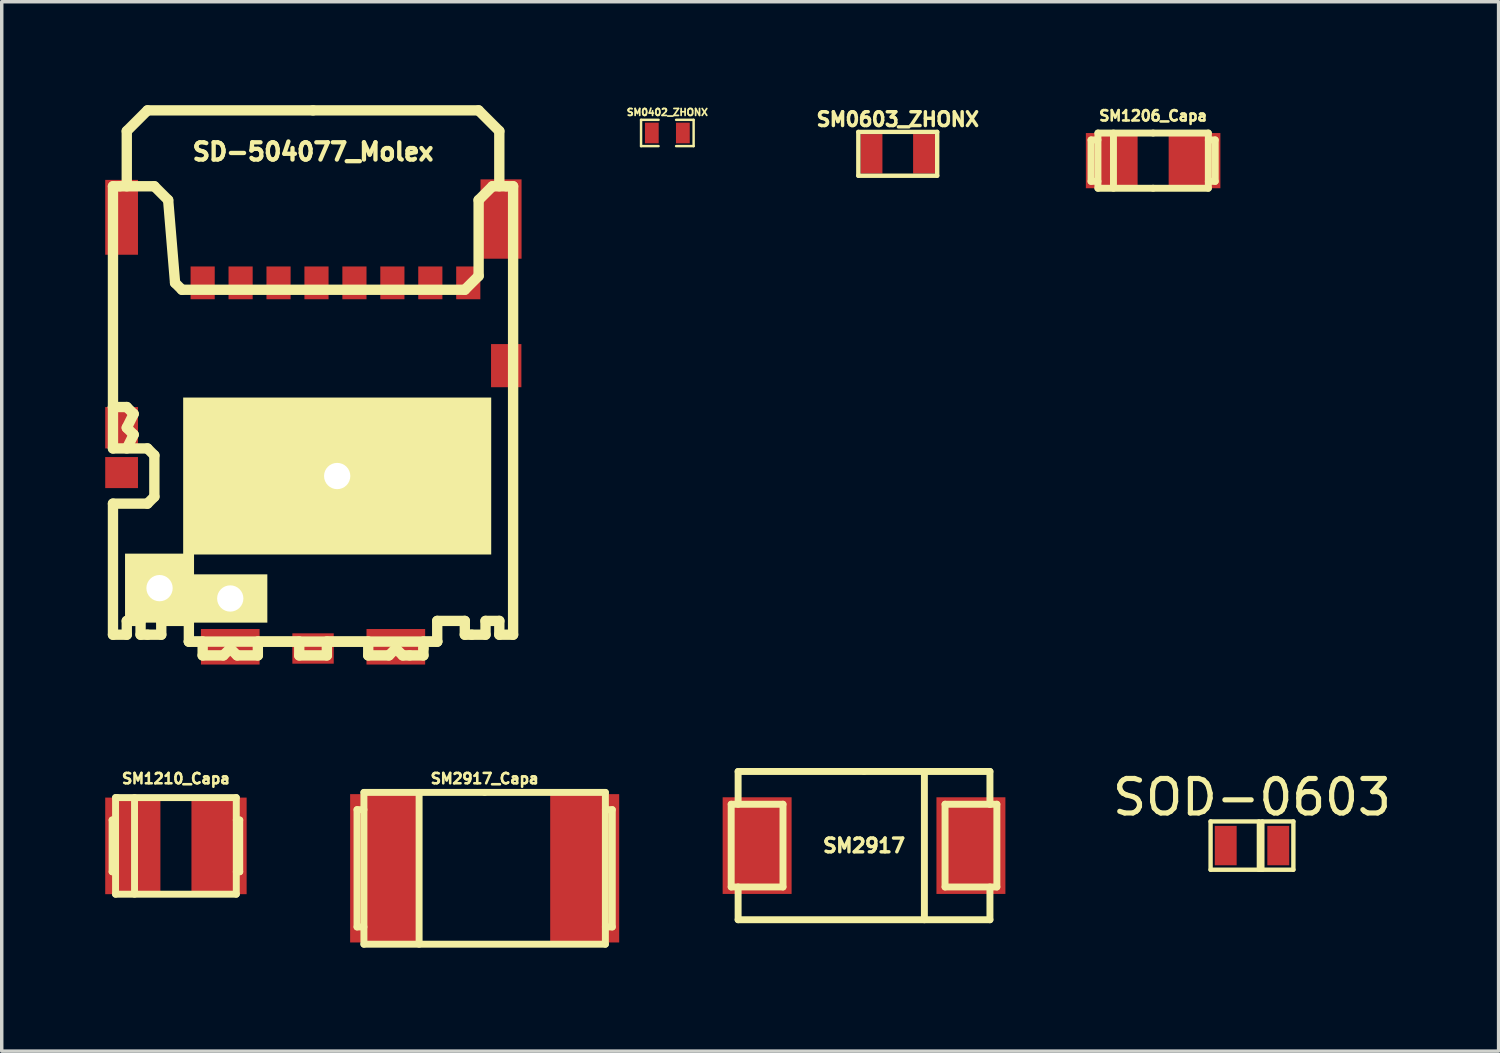
<source format=kicad_pcb>
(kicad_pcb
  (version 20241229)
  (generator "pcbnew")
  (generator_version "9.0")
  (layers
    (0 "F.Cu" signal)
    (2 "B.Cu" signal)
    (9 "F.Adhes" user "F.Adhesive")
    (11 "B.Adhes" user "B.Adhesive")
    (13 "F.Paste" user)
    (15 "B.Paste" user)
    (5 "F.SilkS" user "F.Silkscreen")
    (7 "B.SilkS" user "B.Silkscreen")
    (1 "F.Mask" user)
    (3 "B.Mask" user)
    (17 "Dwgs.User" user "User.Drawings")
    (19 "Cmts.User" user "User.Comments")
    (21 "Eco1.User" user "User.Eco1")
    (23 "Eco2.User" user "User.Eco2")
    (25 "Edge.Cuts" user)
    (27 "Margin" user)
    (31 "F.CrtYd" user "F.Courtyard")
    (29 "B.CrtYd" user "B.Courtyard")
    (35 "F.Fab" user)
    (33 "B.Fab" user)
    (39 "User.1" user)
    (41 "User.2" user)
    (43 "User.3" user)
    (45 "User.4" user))
  (footprint "SD-504077_Molex"
    (layer "F.Cu")
    (at 6.025 2.15)
    (property "Reference" "SD-504077_Molex" (at 0 -0.8 0) (layer "F.SilkS") (effects (font (size 0.5 0.5) (thickness 0.125))))
    (attr through_hole)
    (fp_line (start -5.8 0.2) (end -5.6 0.2) (stroke (width 0.3) (type solid)) (layer "F.SilkS"))
    (fp_line (start -5.8 6.6) (end -5.8 0.2) (stroke (width 0.3) (type solid)) (layer "F.SilkS"))
    (fp_line (start -5.8 6.6) (end -5.4 6.6) (stroke (width 0.3) (type solid)) (layer "F.SilkS"))
    (fp_line (start -5.8 7.8) (end -5.8 6.6) (stroke (width 0.3) (type solid)) (layer "F.SilkS"))
    (fp_line (start -5.8 9.4) (end -4.8 9.4) (stroke (width 0.3) (type solid)) (layer "F.SilkS"))
    (fp_line (start -5.8 13.2) (end -5.8 9.4) (stroke (width 0.3) (type solid)) (layer "F.SilkS"))
    (fp_line (start -5.6 0.2) (end -4.6 0.2) (stroke (width 0.3) (type solid)) (layer "F.SilkS"))
    (fp_line (start -5.4 -1.4) (end -4.8 -2) (stroke (width 0.3) (type solid)) (layer "F.SilkS"))
    (fp_line (start -5.4 0.2) (end -5.4 -1.4) (stroke (width 0.3) (type solid)) (layer "F.SilkS"))
    (fp_line (start -5.4 6.6) (end -5.2 6.8) (stroke (width 0.3) (type solid)) (layer "F.SilkS"))
    (fp_line (start -5.4 7.2) (end -5.2 7.4) (stroke (width 0.3) (type solid)) (layer "F.SilkS"))
    (fp_line (start -5.4 12.8) (end -5.4 13.2) (stroke (width 0.3) (type solid)) (layer "F.SilkS"))
    (fp_line (start -5.4 13.2) (end -5.8 13.2) (stroke (width 0.3) (type solid)) (layer "F.SilkS"))
    (fp_line (start -5.2 6.8) (end -5.4 7.2) (stroke (width 0.3) (type solid)) (layer "F.SilkS"))
    (fp_line (start -5.2 7.4) (end -5.4 7.8) (stroke (width 0.3) (type solid)) (layer "F.SilkS"))
    (fp_line (start -5 12.8) (end -5.4 12.8) (stroke (width 0.3) (type solid)) (layer "F.SilkS"))
    (fp_line (start -5 13.2) (end -5 12.8) (stroke (width 0.3) (type solid)) (layer "F.SilkS"))
    (fp_line (start -4.8 -2) (end 0 -2) (stroke (width 0.3) (type solid)) (layer "F.SilkS"))
    (fp_line (start -4.8 7.8) (end -5.8 7.8) (stroke (width 0.3) (type solid)) (layer "F.SilkS"))
    (fp_line (start -4.8 9.4) (end -4.6 9.2) (stroke (width 0.3) (type solid)) (layer "F.SilkS"))
    (fp_line (start -4.8 13.2) (end -5 13.2) (stroke (width 0.3) (type solid)) (layer "F.SilkS"))
    (fp_line (start -4.6 0.2) (end -4.2 0.6) (stroke (width 0.3) (type solid)) (layer "F.SilkS"))
    (fp_line (start -4.6 8) (end -4.8 7.8) (stroke (width 0.3) (type solid)) (layer "F.SilkS"))
    (fp_line (start -4.6 9.2) (end -4.6 8) (stroke (width 0.3) (type solid)) (layer "F.SilkS"))
    (fp_line (start -4.4 12.8) (end -4.4 13.2) (stroke (width 0.3) (type solid)) (layer "F.SilkS"))
    (fp_line (start -4.4 13.2) (end -4.8 13.2) (stroke (width 0.3) (type solid)) (layer "F.SilkS"))
    (fp_line (start -4.2 0.6) (end -4 3) (stroke (width 0.3) (type solid)) (layer "F.SilkS"))
    (fp_line (start -4 3) (end -3.8 3.2) (stroke (width 0.3) (type solid)) (layer "F.SilkS"))
    (fp_line (start -3.8 3.2) (end 4.4 3.2) (stroke (width 0.3) (type solid)) (layer "F.SilkS"))
    (fp_line (start -3.6 12.8) (end -4.4 12.8) (stroke (width 0.3) (type solid)) (layer "F.SilkS"))
    (fp_line (start -3.6 13.4) (end -3.6 12.8) (stroke (width 0.3) (type solid)) (layer "F.SilkS"))
    (fp_line (start -3.6 13.4) (end 3.6 13.4) (stroke (width 0.3) (type solid)) (layer "F.SilkS"))
    (fp_line (start -3.2 13.4) (end -3.6 13.4) (stroke (width 0.3) (type solid)) (layer "F.SilkS"))
    (fp_line (start -3.2 13.8) (end -3.2 13.4) (stroke (width 0.3) (type solid)) (layer "F.SilkS"))
    (fp_line (start -2.6 13.8) (end -3.2 13.8) (stroke (width 0.3) (type solid)) (layer "F.SilkS"))
    (fp_line (start -2.4 13.6) (end -2.6 13.8) (stroke (width 0.3) (type solid)) (layer "F.SilkS"))
    (fp_line (start -2.2 13.8) (end -2.4 13.6) (stroke (width 0.3) (type solid)) (layer "F.SilkS"))
    (fp_line (start -1.6 13.4) (end -1.6 13.8) (stroke (width 0.3) (type solid)) (layer "F.SilkS"))
    (fp_line (start -1.6 13.8) (end -2.2 13.8) (stroke (width 0.3) (type solid)) (layer "F.SilkS"))
    (fp_line (start -0.4 13.4) (end -1.6 13.4) (stroke (width 0.3) (type solid)) (layer "F.SilkS"))
    (fp_line (start -0.4 13.8) (end -0.4 13.4) (stroke (width 0.3) (type solid)) (layer "F.SilkS"))
    (fp_line (start 0 -2) (end 4.8 -2) (stroke (width 0.3) (type solid)) (layer "F.SilkS"))
    (fp_line (start 0.4 13.4) (end 0.4 13.8) (stroke (width 0.3) (type solid)) (layer "F.SilkS"))
    (fp_line (start 0.4 13.8) (end -0.4 13.8) (stroke (width 0.3) (type solid)) (layer "F.SilkS"))
    (fp_line (start 1.6 13.4) (end 0.4 13.4) (stroke (width 0.3) (type solid)) (layer "F.SilkS"))
    (fp_line (start 1.6 13.8) (end 1.6 13.4) (stroke (width 0.3) (type solid)) (layer "F.SilkS"))
    (fp_line (start 2.2 13.8) (end 1.6 13.8) (stroke (width 0.3) (type solid)) (layer "F.SilkS"))
    (fp_line (start 2.4 13.6) (end 2.2 13.8) (stroke (width 0.3) (type solid)) (layer "F.SilkS"))
    (fp_line (start 2.6 13.8) (end 2.4 13.6) (stroke (width 0.3) (type solid)) (layer "F.SilkS"))
    (fp_line (start 2.8 13.8) (end 2.6 13.8) (stroke (width 0.3) (type solid)) (layer "F.SilkS"))
    (fp_line (start 3.2 13.4) (end 3.2 13.6) (stroke (width 0.3) (type solid)) (layer "F.SilkS"))
    (fp_line (start 3.2 13.6) (end 3.2 13.8) (stroke (width 0.3) (type solid)) (layer "F.SilkS"))
    (fp_line (start 3.2 13.8) (end 2.8 13.8) (stroke (width 0.3) (type solid)) (layer "F.SilkS"))
    (fp_line (start 3.6 12.8) (end 3.6 13.4) (stroke (width 0.3) (type solid)) (layer "F.SilkS"))
    (fp_line (start 3.6 13.4) (end 3.2 13.4) (stroke (width 0.3) (type solid)) (layer "F.SilkS"))
    (fp_line (start 4.4 3.2) (end 4.8 2.8) (stroke (width 0.3) (type solid)) (layer "F.SilkS"))
    (fp_line (start 4.4 12.8) (end 3.6 12.8) (stroke (width 0.3) (type solid)) (layer "F.SilkS"))
    (fp_line (start 4.4 13.2) (end 4.4 12.8) (stroke (width 0.3) (type solid)) (layer "F.SilkS"))
    (fp_line (start 4.6 13.2) (end 4.4 13.2) (stroke (width 0.3) (type solid)) (layer "F.SilkS"))
    (fp_line (start 4.8 -2) (end 5.4 -1.4) (stroke (width 0.3) (type solid)) (layer "F.SilkS"))
    (fp_line (start 4.8 0.6) (end 5.2 0.2) (stroke (width 0.3) (type solid)) (layer "F.SilkS"))
    (fp_line (start 4.8 2.8) (end 4.8 0.6) (stroke (width 0.3) (type solid)) (layer "F.SilkS"))
    (fp_line (start 5 12.8) (end 5 13.2) (stroke (width 0.3) (type solid)) (layer "F.SilkS"))
    (fp_line (start 5 13.2) (end 4.6 13.2) (stroke (width 0.3) (type solid)) (layer "F.SilkS"))
    (fp_line (start 5.2 0.2) (end 5.6 0.2) (stroke (width 0.3) (type solid)) (layer "F.SilkS"))
    (fp_line (start 5.4 -1.4) (end 5.4 0.2) (stroke (width 0.3) (type solid)) (layer "F.SilkS"))
    (fp_line (start 5.4 12.8) (end 5 12.8) (stroke (width 0.3) (type solid)) (layer "F.SilkS"))
    (fp_line (start 5.4 13.2) (end 5.4 12.8) (stroke (width 0.3) (type solid)) (layer "F.SilkS"))
    (fp_line (start 5.6 0.2) (end 5.8 0.2) (stroke (width 0.3) (type solid)) (layer "F.SilkS"))
    (fp_line (start 5.8 0.2) (end 5.8 13.2) (stroke (width 0.3) (type solid)) (layer "F.SilkS"))
    (fp_line (start 5.8 13.2) (end 5.4 13.2) (stroke (width 0.3) (type solid)) (layer "F.SilkS"))
    (pad "" np_thru_hole rect (at -4.45 11.85) (size 2 2) (drill 0.762) (layers "*.Mask" "F.SilkS"))
    (pad "" np_thru_hole rect (at -2.4 12.15) (size 2.15 1.4) (drill 0.762) (layers "*.Mask" "F.SilkS"))
    (pad "" np_thru_hole rect (at 0.7 8.6) (size 8.93 4.55) (drill 0.762) (layers "*.Mask" "F.SilkS"))
    (pad "1" smd rect (at -3.2 3) (size 0.7 0.95) (layers "F.Cu" "F.Mask" "F.Paste"))
    (pad "2" smd rect (at -2.1 3) (size 0.7 0.95) (layers "F.Cu" "F.Mask" "F.Paste"))
    (pad "3" smd rect (at -1 3) (size 0.7 0.95) (layers "F.Cu" "F.Mask" "F.Paste"))
    (pad "4" smd rect (at 0.1 3) (size 0.7 0.95) (layers "F.Cu" "F.Mask" "F.Paste"))
    (pad "5" smd rect (at 1.2 3) (size 0.7 0.95) (layers "F.Cu" "F.Mask" "F.Paste"))
    (pad "6" smd rect (at 2.3 3) (size 0.7 0.95) (layers "F.Cu" "F.Mask" "F.Paste"))
    (pad "7" smd rect (at 3.4 3) (size 0.7 0.95) (layers "F.Cu" "F.Mask" "F.Paste"))
    (pad "8" smd rect (at 4.5 3) (size 0.7 0.95) (layers "F.Cu" "F.Mask" "F.Paste"))
    (pad "9" smd rect (at -5.55 1.1) (size 0.95 2.17) (layers "F.Cu" "F.Mask" "F.Paste"))
    (pad "9" smd rect (at -5.55 7.2) (size 0.95 1.2) (layers "F.Cu" "F.Mask" "F.Paste"))
    (pad "9" smd rect (at -2.4 13.55) (size 1.7 1.03) (layers "F.Cu" "F.Mask" "F.Paste"))
    (pad "9" smd rect (at 0 13.6) (size 1.2 0.88) (layers "F.Cu" "F.Mask" "F.Paste"))
    (pad "9" smd rect (at 2.4 13.55) (size 1.7 1.03) (layers "F.Cu" "F.Mask" "F.Paste"))
    (pad "9" smd rect (at 5.45 1.15) (size 1.19 2.3) (layers "F.Cu" "F.Mask" "F.Paste"))
    (pad "9" smd rect (at 5.6 5.4) (size 0.88 1.25) (layers "F.Cu" "F.Mask" "F.Paste"))
    (pad "10" smd rect (at -5.55 8.5) (size 0.95 0.9) (layers "F.Cu" "F.Mask" "F.Paste")))
  (footprint "SM1210_Capa"
    (layer "F.Cu")
    (at 2.05 21.472)
    (property "Reference" "SM1210_Capa" (at 0 -1.95 0) (layer "F.SilkS") (effects (font (size 0.3 0.3) (thickness 0.075))))
    (attr through_hole)
    (fp_line (start -1.85 -0.75) (end -1.85 0.75) (stroke (width 0.201) (type solid)) (layer "F.SilkS"))
    (fp_line (start -1.85 0.75) (end -1.75 0.75) (stroke (width 0.201) (type solid)) (layer "F.SilkS"))
    (fp_line (start -1.75 -1.4) (end -1.75 1.4) (stroke (width 0.201) (type solid)) (layer "F.SilkS"))
    (fp_line (start -1.75 -0.75) (end -1.85 -0.75) (stroke (width 0.201) (type solid)) (layer "F.SilkS"))
    (fp_line (start -1.7 -1.4) (end -1.75 -1.4) (stroke (width 0.201) (type solid)) (layer "F.SilkS"))
    (fp_line (start -1.2 -1.4) (end -1.2 1.4) (stroke (width 0.201) (type solid)) (layer "F.SilkS"))
    (fp_line (start 1.75 -1.4) (end -1.7 -1.4) (stroke (width 0.201) (type solid)) (layer "F.SilkS"))
    (fp_line (start 1.75 -1.4) (end 1.75 1.4) (stroke (width 0.201) (type solid)) (layer "F.SilkS"))
    (fp_line (start 1.75 -0.75) (end 1.85 -0.75) (stroke (width 0.201) (type solid)) (layer "F.SilkS"))
    (fp_line (start 1.75 1.4) (end -1.75 1.4) (stroke (width 0.201) (type solid)) (layer "F.SilkS"))
    (fp_line (start 1.85 -0.75) (end 1.85 0.75) (stroke (width 0.201) (type solid)) (layer "F.SilkS"))
    (fp_line (start 1.85 0.75) (end 1.75 0.75) (stroke (width 0.201) (type solid)) (layer "F.SilkS"))
    (pad "1" smd rect (at -1.25 0) (size 1.6 2.8) (layers "F.Cu" "F.Mask" "F.Paste"))
    (pad "2" smd rect (at 1.25 0) (size 1.6 2.8) (layers "F.Cu" "F.Mask" "F.Paste")))
  (footprint "SM2917_Capa"
    (layer "F.Cu")
    (at 11 22.122)
    (property "Reference" "SM2917_Capa" (at 0 -2.6 0) (layer "F.SilkS") (effects (font (size 0.3 0.3) (thickness 0.075))))
    (attr through_hole)
    (fp_line (start -3.7 -1.7) (end -3.7 1.7) (stroke (width 0.201) (type solid)) (layer "F.SilkS"))
    (fp_line (start -3.7 1.7) (end -3.5 1.7) (stroke (width 0.201) (type solid)) (layer "F.SilkS"))
    (fp_line (start -3.5 -2.2) (end 0 -2.2) (stroke (width 0.201) (type solid)) (layer "F.SilkS"))
    (fp_line (start -3.5 -1.7) (end -3.7 -1.7) (stroke (width 0.201) (type solid)) (layer "F.SilkS"))
    (fp_line (start -3.5 2.2) (end -3.5 -2.2) (stroke (width 0.201) (type solid)) (layer "F.SilkS"))
    (fp_line (start -1.9 -2.2) (end -1.9 2.2) (stroke (width 0.201) (type solid)) (layer "F.SilkS"))
    (fp_line (start 0 -2.2) (end 3.5 -2.2) (stroke (width 0.201) (type solid)) (layer "F.SilkS"))
    (fp_line (start 3.5 -2.2) (end 3.5 2.2) (stroke (width 0.201) (type solid)) (layer "F.SilkS"))
    (fp_line (start 3.5 -1.7) (end 3.7 -1.7) (stroke (width 0.201) (type solid)) (layer "F.SilkS"))
    (fp_line (start 3.5 2.2) (end -3.5 2.2) (stroke (width 0.201) (type solid)) (layer "F.SilkS"))
    (fp_line (start 3.7 -1.7) (end 3.7 1.7) (stroke (width 0.201) (type solid)) (layer "F.SilkS"))
    (fp_line (start 3.7 1.7) (end 3.5 1.7) (stroke (width 0.201) (type solid)) (layer "F.SilkS"))
    (pad "1" smd rect (at -2.9 0) (size 2 4.3) (layers "F.Cu" "F.Mask" "F.Paste"))
    (pad "2" smd rect (at 2.9 0) (size 2 4.3) (layers "F.Cu" "F.Mask" "F.Paste")))
  (footprint "SM1206_Capa"
    (layer "F.Cu")
    (at 30.379 1.607)
    (property "Reference" "SM1206_Capa" (at 0 -1.3 0) (layer "F.SilkS") (effects (font (size 0.3 0.3) (thickness 0.075))))
    (attr through_hole)
    (fp_line (start -1.8 -0.6) (end -1.8 0.6) (stroke (width 0.201) (type solid)) (layer "F.SilkS"))
    (fp_line (start -1.8 0.6) (end -1.6 0.6) (stroke (width 0.201) (type solid)) (layer "F.SilkS"))
    (fp_line (start -1.6 -0.8) (end -1.6 0.8) (stroke (width 0.201) (type solid)) (layer "F.SilkS"))
    (fp_line (start -1.6 -0.6) (end -1.8 -0.6) (stroke (width 0.201) (type solid)) (layer "F.SilkS"))
    (fp_line (start -1.6 0.8) (end 0 0.8) (stroke (width 0.201) (type solid)) (layer "F.SilkS"))
    (fp_line (start -1.15 -0.8) (end -1.15 0.8) (stroke (width 0.201) (type solid)) (layer "F.SilkS"))
    (fp_line (start 0 -0.8) (end -1.6 -0.8) (stroke (width 0.201) (type solid)) (layer "F.SilkS"))
    (fp_line (start 0 -0.8) (end 1.6 -0.8) (stroke (width 0.201) (type solid)) (layer "F.SilkS"))
    (fp_line (start 1.6 -0.8) (end 1.6 0.8) (stroke (width 0.201) (type solid)) (layer "F.SilkS"))
    (fp_line (start 1.6 -0.6) (end 1.8 -0.6) (stroke (width 0.201) (type solid)) (layer "F.SilkS"))
    (fp_line (start 1.6 0.8) (end 0 0.8) (stroke (width 0.201) (type solid)) (layer "F.SilkS"))
    (fp_line (start 1.8 -0.6) (end 1.8 0.6) (stroke (width 0.201) (type solid)) (layer "F.SilkS"))
    (fp_line (start 1.8 0.6) (end 1.6 0.6) (stroke (width 0.201) (type solid)) (layer "F.SilkS"))
    (pad "1" smd rect (at -1.2 0) (size 1.5 1.6) (layers "F.Cu" "F.Mask" "F.Paste"))
    (pad "2" smd rect (at 1.2 0) (size 1.5 1.6) (layers "F.Cu" "F.Mask" "F.Paste")))
  (footprint "SM0402_ZHONX"
    (layer "F.Cu")
    (at 16.296 0.805)
    (property "Reference" "SM0402_ZHONX" (at 0 -0.6 0) (layer "F.SilkS") (effects (font (size 0.2 0.2) (thickness 0.05))))
    (attr smd)
    (fp_line (start -0.762 -0.381) (end -0.762 0.381) (stroke (width 0.071) (type solid)) (layer "F.SilkS"))
    (fp_line (start -0.762 0.381) (end -0.254 0.381) (stroke (width 0.071) (type solid)) (layer "F.SilkS"))
    (fp_line (start -0.254 -0.381) (end -0.762 -0.381) (stroke (width 0.071) (type solid)) (layer "F.SilkS"))
    (fp_line (start 0.254 -0.381) (end 0.762 -0.381) (stroke (width 0.071) (type solid)) (layer "F.SilkS"))
    (fp_line (start 0.762 -0.381) (end 0.762 0.381) (stroke (width 0.071) (type solid)) (layer "F.SilkS"))
    (fp_line (start 0.762 0.381) (end 0.254 0.381) (stroke (width 0.071) (type solid)) (layer "F.SilkS"))
    (pad "1" smd rect (at -0.45 0) (size 0.399 0.599) (layers "F.Cu" "F.Mask" "F.Paste"))
    (pad "2" smd rect (at 0.45 0) (size 0.399 0.599) (layers "F.Cu" "F.Mask" "F.Paste")))
  (footprint "SM0603_ZHONX"
    (layer "F.Cu")
    (at 22.976 1.409)
    (property "Reference" "SM0603_ZHONX" (at 0 -1 0) (layer "F.SilkS") (effects (font (size 0.4 0.4) (thickness 0.1))))
    (attr smd)
    (fp_line (start -1.143 -0.635) (end 1.143 -0.635) (stroke (width 0.127) (type solid)) (layer "F.SilkS"))
    (fp_line (start -1.143 0.635) (end -1.143 -0.635) (stroke (width 0.127) (type solid)) (layer "F.SilkS"))
    (fp_line (start 1.143 -0.635) (end 1.143 0.635) (stroke (width 0.127) (type solid)) (layer "F.SilkS"))
    (fp_line (start 1.143 0.635) (end -1.143 0.635) (stroke (width 0.127) (type solid)) (layer "F.SilkS"))
    (pad "1" smd rect (at -0.762 0) (size 0.635 1.143) (layers "F.Cu" "F.Mask" "F.Paste"))
    (pad "2" smd rect (at 0.762 0) (size 0.635 1.143) (layers "F.Cu" "F.Mask" "F.Paste")))
  (footprint "SOD-0603"
    (layer "F.Cu")
    (at 33.245 21.463)
    (property "Reference" "SOD-0603" (at 0 -1.4 0) (layer "F.SilkS") (effects (font (size 1 1) (thickness 0.15))))
    (attr smd)
    (fp_line (start -1.2 -0.7) (end 1.2 -0.7) (stroke (width 0.127) (type solid)) (layer "F.SilkS"))
    (fp_line (start -1.2 0.7) (end -1.2 -0.7) (stroke (width 0.127) (type solid)) (layer "F.SilkS"))
    (fp_line (start 0.2 0.7) (end 0.2 -0.7) (stroke (width 0.127) (type solid)) (layer "F.SilkS"))
    (fp_line (start 0.3 -0.7) (end 0.3 0.7) (stroke (width 0.127) (type solid)) (layer "F.SilkS"))
    (fp_line (start 0.3 0.7) (end 0.2 0.7) (stroke (width 0.127) (type solid)) (layer "F.SilkS"))
    (fp_line (start 1.2 -0.7) (end 1.2 0.7) (stroke (width 0.127) (type solid)) (layer "F.SilkS"))
    (fp_line (start 1.2 0.7) (end -1.2 0.7) (stroke (width 0.127) (type solid)) (layer "F.SilkS"))
    (pad "1" smd rect (at -0.762 0) (size 0.635 1.143) (layers "F.Cu" "F.Mask" "F.Paste"))
    (pad "2" smd rect (at 0.762 0) (size 0.635 1.143) (layers "F.Cu" "F.Mask" "F.Paste")))
  (footprint "SM2917"
    (layer "F.Cu")
    (at 21.998 21.464)
    (property "Reference" "SM2917" (at 0 0 0) (layer "F.SilkS") (effects (font (size 0.399 0.399) (thickness 0.099))))
    (attr through_hole)
    (fp_line (start -3.851 -1.199) (end -2.349 -1.199) (stroke (width 0.201) (type solid)) (layer "F.SilkS"))
    (fp_line (start -3.851 1.199) (end -3.851 -1.199) (stroke (width 0.201) (type solid)) (layer "F.SilkS"))
    (fp_line (start -3.65 -2.149) (end 0 -2.149) (stroke (width 0.201) (type solid)) (layer "F.SilkS"))
    (fp_line (start -3.65 -1.199) (end -3.65 -2.149) (stroke (width 0.201) (type solid)) (layer "F.SilkS"))
    (fp_line (start -3.65 1.199) (end -3.65 2.149) (stroke (width 0.201) (type solid)) (layer "F.SilkS"))
    (fp_line (start -2.349 -1.199) (end -2.349 1.199) (stroke (width 0.201) (type solid)) (layer "F.SilkS"))
    (fp_line (start -2.349 1.199) (end -3.851 1.199) (stroke (width 0.201) (type solid)) (layer "F.SilkS"))
    (fp_line (start 0 -2.149) (end 3.65 -2.149) (stroke (width 0.201) (type solid)) (layer "F.SilkS"))
    (fp_line (start 1.75 -2.149) (end 1.75 2.149) (stroke (width 0.201) (type solid)) (layer "F.SilkS"))
    (fp_line (start 2.349 -1.199) (end 2.349 1.199) (stroke (width 0.201) (type solid)) (layer "F.SilkS"))
    (fp_line (start 2.349 1.199) (end 3.851 1.199) (stroke (width 0.201) (type solid)) (layer "F.SilkS"))
    (fp_line (start 3.65 -1.199) (end 2.349 -1.199) (stroke (width 0.201) (type solid)) (layer "F.SilkS"))
    (fp_line (start 3.65 -1.199) (end 3.65 -2.149) (stroke (width 0.201) (type solid)) (layer "F.SilkS"))
    (fp_line (start 3.65 1.199) (end 3.65 2.149) (stroke (width 0.201) (type solid)) (layer "F.SilkS"))
    (fp_line (start 3.65 2.149) (end -3.65 2.149) (stroke (width 0.201) (type solid)) (layer "F.SilkS"))
    (fp_line (start 3.851 -1.199) (end 3.65 -1.199) (stroke (width 0.201) (type solid)) (layer "F.SilkS"))
    (fp_line (start 3.851 1.199) (end 3.851 -1.199) (stroke (width 0.201) (type solid)) (layer "F.SilkS"))
    (pad "1" smd rect (at -3.099 0) (size 1.999 2.802) (layers "F.Cu" "F.Mask" "F.Paste"))
    (pad "2" smd rect (at 3.099 0) (size 1.999 2.802) (layers "F.Cu" "F.Mask" "F.Paste")))
  (gr_rect
    (start -3 -3)
    (end 40.394 27.422)
    (stroke (width 0.1) (type default))
    (fill no)
    (layer "Edge.Cuts")))
</source>
